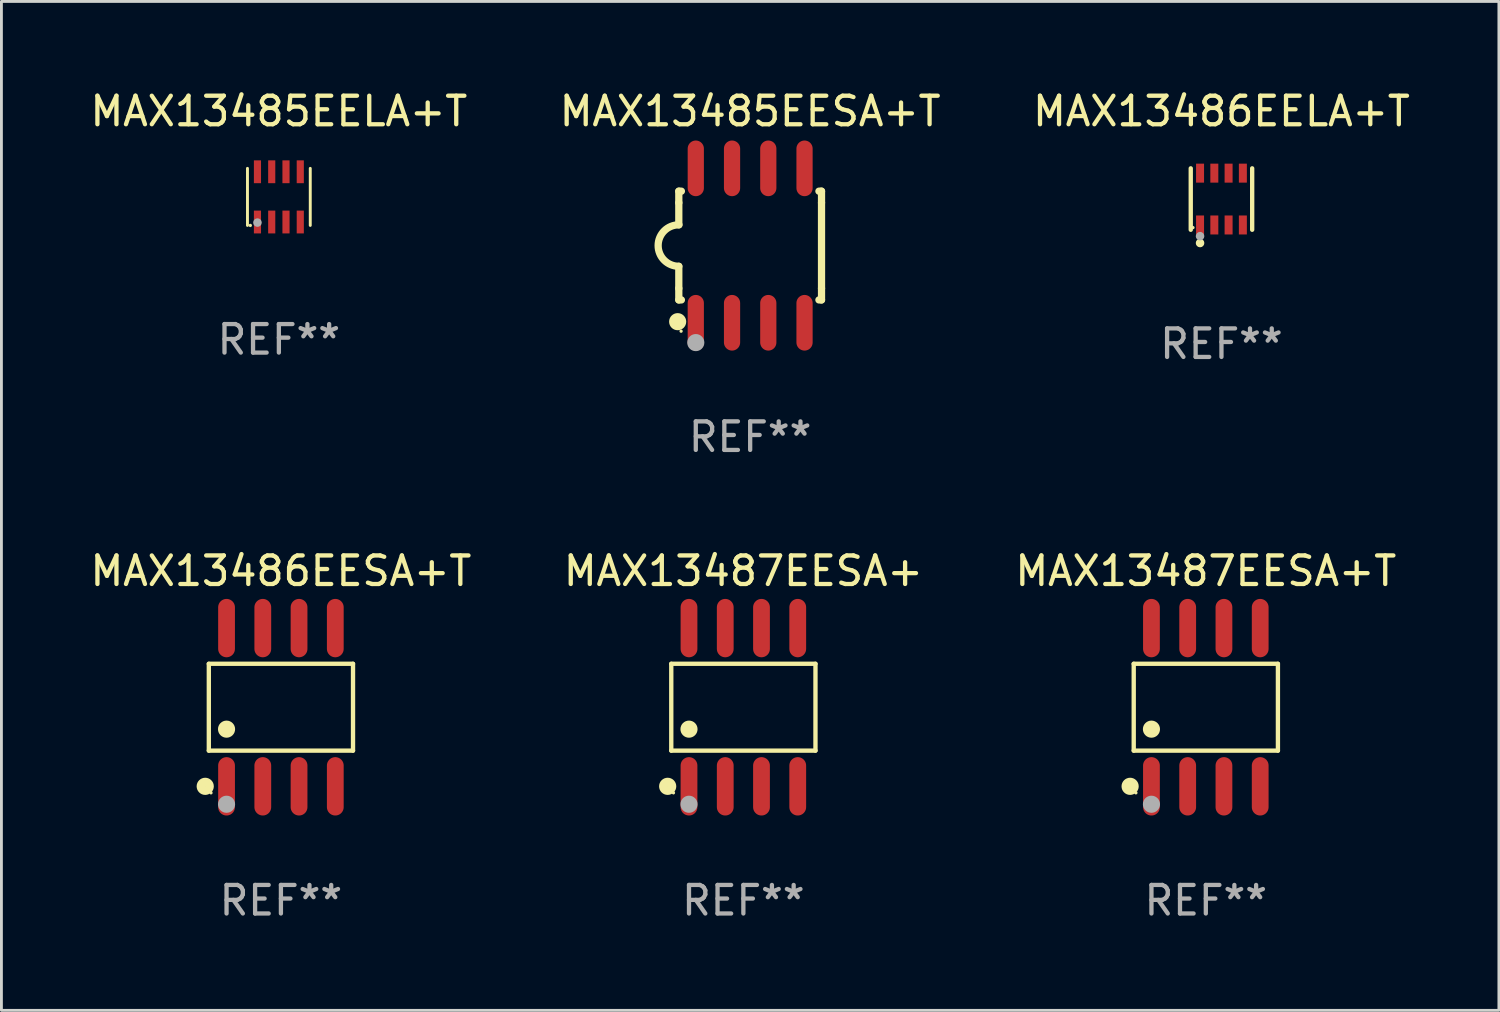
<source format=kicad_pcb>
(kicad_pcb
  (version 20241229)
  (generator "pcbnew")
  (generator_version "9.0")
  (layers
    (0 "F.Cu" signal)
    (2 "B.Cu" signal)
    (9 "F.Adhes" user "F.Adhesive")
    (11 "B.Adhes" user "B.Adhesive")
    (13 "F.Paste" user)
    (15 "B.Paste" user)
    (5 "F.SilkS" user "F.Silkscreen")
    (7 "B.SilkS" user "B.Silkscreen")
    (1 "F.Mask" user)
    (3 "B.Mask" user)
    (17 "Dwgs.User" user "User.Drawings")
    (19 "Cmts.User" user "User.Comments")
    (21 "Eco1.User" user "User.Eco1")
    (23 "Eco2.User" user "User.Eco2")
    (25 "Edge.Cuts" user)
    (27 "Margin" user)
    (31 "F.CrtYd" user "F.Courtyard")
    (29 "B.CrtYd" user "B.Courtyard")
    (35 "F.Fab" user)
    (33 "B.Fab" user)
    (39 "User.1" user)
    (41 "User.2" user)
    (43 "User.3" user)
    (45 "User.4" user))
  (footprint "MAX13487EESA+T"
    (layer "F.Cu")
    (at 39.196 21.727)
    (property "Reference" "MAX13487EESA+T" (at 0 -4.772 0) (layer "F.SilkS") (effects (font (size 1 1) (thickness 0.15))))
    (attr through_hole)
    (fp_line (start -2.526 -1.521) (end 2.526 -1.521) (stroke (width 0.152) (type solid)) (layer "F.SilkS"))
    (fp_line (start -2.526 1.521) (end -2.526 -1.521) (stroke (width 0.152) (type solid)) (layer "F.SilkS"))
    (fp_line (start 2.526 -1.521) (end 2.526 1.521) (stroke (width 0.152) (type solid)) (layer "F.SilkS"))
    (fp_line (start 2.526 1.521) (end -2.526 1.521) (stroke (width 0.152) (type solid)) (layer "F.SilkS"))
    (fp_circle (center -2.652 2.772) (end -2.501 2.772) (stroke (width 0.3) (type solid)) (fill no) (layer "F.SilkS"))
    (fp_circle (center -2.45 3) (end -2.42 3) (stroke (width 0.06) (type solid)) (fill no) (layer "F.SilkS"))
    (fp_circle (center -1.905 0.769) (end -1.755 0.769) (stroke (width 0.3) (type solid)) (fill no) (layer "F.SilkS"))
    (fp_circle (center -1.905 3.4) (end -1.755 3.4) (stroke (width 0.3) (type solid)) (fill no) (layer "F.Fab"))
    (fp_text user "REF**" (at 0 6.772 0) (layer "F.Fab") (effects (font (size 1 1) (thickness 0.15))))
    (pad "1" smd oval (at -1.905 2.772) (size 0.588 2.045) (layers "F.Cu" "F.Mask" "F.Paste"))
    (pad "2" smd oval (at -0.635 2.772) (size 0.588 2.045) (layers "F.Cu" "F.Mask" "F.Paste"))
    (pad "3" smd oval (at 0.635 2.772) (size 0.588 2.045) (layers "F.Cu" "F.Mask" "F.Paste"))
    (pad "4" smd oval (at 1.905 2.772) (size 0.588 2.045) (layers "F.Cu" "F.Mask" "F.Paste"))
    (pad "5" smd oval (at 1.905 -2.772) (size 0.588 2.045) (layers "F.Cu" "F.Mask" "F.Paste"))
    (pad "6" smd oval (at 0.635 -2.772) (size 0.588 2.045) (layers "F.Cu" "F.Mask" "F.Paste"))
    (pad "7" smd oval (at -0.635 -2.772) (size 0.588 2.045) (layers "F.Cu" "F.Mask" "F.Paste"))
    (pad "8" smd oval (at -1.905 -2.772) (size 0.588 2.045) (layers "F.Cu" "F.Mask" "F.Paste")))
  (footprint "MAX13485EESA+T"
    (layer "F.Cu")
    (at 23.232 5.553)
    (property "Reference" "MAX13485EESA+T" (at 0 -4.705 0) (layer "F.SilkS") (effects (font (size 1 1) (thickness 0.15))))
    (attr through_hole)
    (fp_line (start -2.5 -1.905) (end -2.409 -1.905) (stroke (width 0.254) (type solid)) (layer "F.SilkS"))
    (fp_line (start -2.5 -1.5) (end -2.5 -1.905) (stroke (width 0.254) (type solid)) (layer "F.SilkS"))
    (fp_line (start -2.5 -1.5) (end -2.5 -0.726) (stroke (width 0.254) (type solid)) (layer "F.SilkS"))
    (fp_line (start -2.5 1.5) (end -2.5 0.727) (stroke (width 0.254) (type solid)) (layer "F.SilkS"))
    (fp_line (start -2.5 1.5) (end -2.5 1.905) (stroke (width 0.254) (type solid)) (layer "F.SilkS"))
    (fp_line (start -2.5 1.905) (end -2.409 1.905) (stroke (width 0.254) (type solid)) (layer "F.SilkS"))
    (fp_line (start 2.5 -1.905) (end 2.409 -1.905) (stroke (width 0.254) (type solid)) (layer "F.SilkS"))
    (fp_line (start 2.5 -1.5) (end 2.5 -1.905) (stroke (width 0.254) (type solid)) (layer "F.SilkS"))
    (fp_line (start 2.5 -1.5) (end 2.5 1.5) (stroke (width 0.254) (type solid)) (layer "F.SilkS"))
    (fp_line (start 2.5 1.5) (end 2.5 1.905) (stroke (width 0.254) (type solid)) (layer "F.SilkS"))
    (fp_line (start 2.5 1.905) (end 2.409 1.905) (stroke (width 0.254) (type solid)) (layer "F.SilkS"))
    (fp_arc (start -2.5 0.726568) (mid -3.220316 -0.0023) (end -2.495097 -0.726289) (stroke (width 0.254001) (type solid)) (layer "F.SilkS"))
    (fp_circle (center -2.54 2.667) (end -2.39 2.667) (stroke (width 0.3) (type solid)) (fill no) (layer "F.SilkS"))
    (fp_circle (center -2.42 3) (end -2.39 3) (stroke (width 0.06) (type solid)) (fill no) (layer "F.SilkS"))
    (fp_circle (center -1.905 3.4) (end -1.755 3.4) (stroke (width 0.3) (type solid)) (fill no) (layer "F.Fab"))
    (fp_text user "REF**" (at 0 6.705 0) (layer "F.Fab") (effects (font (size 1 1) (thickness 0.15))))
    (pad "1" smd oval (at -1.905 2.705) (size 0.568 1.95) (layers "F.Cu" "F.Mask" "F.Paste"))
    (pad "2" smd oval (at -0.635 2.705) (size 0.568 1.95) (layers "F.Cu" "F.Mask" "F.Paste"))
    (pad "3" smd oval (at 0.635 2.705) (size 0.568 1.95) (layers "F.Cu" "F.Mask" "F.Paste"))
    (pad "4" smd oval (at 1.905 2.705) (size 0.568 1.95) (layers "F.Cu" "F.Mask" "F.Paste"))
    (pad "5" smd oval (at 1.905 -2.705) (size 0.568 1.95) (layers "F.Cu" "F.Mask" "F.Paste"))
    (pad "6" smd oval (at 0.635 -2.705) (size 0.568 1.95) (layers "F.Cu" "F.Mask" "F.Paste"))
    (pad "7" smd oval (at -0.635 -2.705) (size 0.568 1.95) (layers "F.Cu" "F.Mask" "F.Paste"))
    (pad "8" smd oval (at -1.905 -2.705) (size 0.568 1.95) (layers "F.Cu" "F.Mask" "F.Paste")))
  (footprint "MAX13486EELA+T"
    (layer "F.Cu")
    (at 39.744 3.924)
    (property "Reference" "MAX13486EELA+T" (at 0 -3.076 0) (layer "F.SilkS") (effects (font (size 1 1) (thickness 0.15))))
    (attr through_hole)
    (fp_line (start -1.076 1.076) (end -1.076 -1.076) (stroke (width 0.152) (type solid)) (layer "F.SilkS"))
    (fp_line (start 1.076 1.076) (end 1.076 -1.076) (stroke (width 0.152) (type solid)) (layer "F.SilkS"))
    (fp_circle (center -1 1) (end -0.97 1) (stroke (width 0.06) (type solid)) (fill no) (layer "F.SilkS"))
    (fp_circle (center -0.75 1.54) (end -0.675 1.54) (stroke (width 0.15) (type solid)) (fill no) (layer "F.SilkS"))
    (fp_circle (center -0.75 1.3) (end -0.675 1.3) (stroke (width 0.15) (type solid)) (fill no) (layer "F.Fab"))
    (fp_text user "REF**" (at 0 5.076 0) (layer "F.Fab") (effects (font (size 1 1) (thickness 0.15))))
    (pad "1" smd rect (at -0.75 0.908) (size 0.28 0.665) (layers "F.Cu" "F.Mask" "F.Paste"))
    (pad "2" smd rect (at -0.25 0.908) (size 0.28 0.665) (layers "F.Cu" "F.Mask" "F.Paste"))
    (pad "3" smd rect (at 0.25 0.908) (size 0.28 0.665) (layers "F.Cu" "F.Mask" "F.Paste"))
    (pad "4" smd rect (at 0.75 0.908) (size 0.28 0.665) (layers "F.Cu" "F.Mask" "F.Paste"))
    (pad "5" smd rect (at 0.75 -0.908) (size 0.28 0.665) (layers "F.Cu" "F.Mask" "F.Paste"))
    (pad "6" smd rect (at 0.25 -0.908) (size 0.28 0.665) (layers "F.Cu" "F.Mask" "F.Paste"))
    (pad "7" smd rect (at -0.25 -0.908) (size 0.28 0.665) (layers "F.Cu" "F.Mask" "F.Paste"))
    (pad "8" smd rect (at -0.75 -0.908) (size 0.28 0.665) (layers "F.Cu" "F.Mask" "F.Paste")))
  (footprint "MAX13487EESA+"
    (layer "F.Cu")
    (at 22.994 21.727)
    (property "Reference" "MAX13487EESA+" (at 0 -4.772 0) (layer "F.SilkS") (effects (font (size 1 1) (thickness 0.15))))
    (attr through_hole)
    (fp_line (start -2.526 -1.521) (end 2.526 -1.521) (stroke (width 0.152) (type solid)) (layer "F.SilkS"))
    (fp_line (start -2.526 1.521) (end -2.526 -1.521) (stroke (width 0.152) (type solid)) (layer "F.SilkS"))
    (fp_line (start 2.526 -1.521) (end 2.526 1.521) (stroke (width 0.152) (type solid)) (layer "F.SilkS"))
    (fp_line (start 2.526 1.521) (end -2.526 1.521) (stroke (width 0.152) (type solid)) (layer "F.SilkS"))
    (fp_circle (center -2.652 2.772) (end -2.501 2.772) (stroke (width 0.3) (type solid)) (fill no) (layer "F.SilkS"))
    (fp_circle (center -2.45 3) (end -2.42 3) (stroke (width 0.06) (type solid)) (fill no) (layer "F.SilkS"))
    (fp_circle (center -1.905 0.769) (end -1.755 0.769) (stroke (width 0.3) (type solid)) (fill no) (layer "F.SilkS"))
    (fp_circle (center -1.905 3.4) (end -1.755 3.4) (stroke (width 0.3) (type solid)) (fill no) (layer "F.Fab"))
    (fp_text user "REF**" (at 0 6.772 0) (layer "F.Fab") (effects (font (size 1 1) (thickness 0.15))))
    (pad "1" smd oval (at -1.905 2.772) (size 0.588 2.045) (layers "F.Cu" "F.Mask" "F.Paste"))
    (pad "2" smd oval (at -0.635 2.772) (size 0.588 2.045) (layers "F.Cu" "F.Mask" "F.Paste"))
    (pad "3" smd oval (at 0.635 2.772) (size 0.588 2.045) (layers "F.Cu" "F.Mask" "F.Paste"))
    (pad "4" smd oval (at 1.905 2.772) (size 0.588 2.045) (layers "F.Cu" "F.Mask" "F.Paste"))
    (pad "5" smd oval (at 1.905 -2.772) (size 0.588 2.045) (layers "F.Cu" "F.Mask" "F.Paste"))
    (pad "6" smd oval (at 0.635 -2.772) (size 0.588 2.045) (layers "F.Cu" "F.Mask" "F.Paste"))
    (pad "7" smd oval (at -0.635 -2.772) (size 0.588 2.045) (layers "F.Cu" "F.Mask" "F.Paste"))
    (pad "8" smd oval (at -1.905 -2.772) (size 0.588 2.045) (layers "F.Cu" "F.Mask" "F.Paste")))
  (footprint "MAX13486EESA+T"
    (layer "F.Cu")
    (at 6.792 21.727)
    (property "Reference" "MAX13486EESA+T" (at 0 -4.772 0) (layer "F.SilkS") (effects (font (size 1 1) (thickness 0.15))))
    (attr through_hole)
    (fp_line (start -2.526 -1.521) (end 2.526 -1.521) (stroke (width 0.152) (type solid)) (layer "F.SilkS"))
    (fp_line (start -2.526 1.521) (end -2.526 -1.521) (stroke (width 0.152) (type solid)) (layer "F.SilkS"))
    (fp_line (start 2.526 -1.521) (end 2.526 1.521) (stroke (width 0.152) (type solid)) (layer "F.SilkS"))
    (fp_line (start 2.526 1.521) (end -2.526 1.521) (stroke (width 0.152) (type solid)) (layer "F.SilkS"))
    (fp_circle (center -2.652 2.772) (end -2.501 2.772) (stroke (width 0.3) (type solid)) (fill no) (layer "F.SilkS"))
    (fp_circle (center -2.45 3) (end -2.42 3) (stroke (width 0.06) (type solid)) (fill no) (layer "F.SilkS"))
    (fp_circle (center -1.905 0.769) (end -1.755 0.769) (stroke (width 0.3) (type solid)) (fill no) (layer "F.SilkS"))
    (fp_circle (center -1.905 3.4) (end -1.755 3.4) (stroke (width 0.3) (type solid)) (fill no) (layer "F.Fab"))
    (fp_text user "REF**" (at 0 6.772 0) (layer "F.Fab") (effects (font (size 1 1) (thickness 0.15))))
    (pad "1" smd oval (at -1.905 2.772) (size 0.588 2.045) (layers "F.Cu" "F.Mask" "F.Paste"))
    (pad "2" smd oval (at -0.635 2.772) (size 0.588 2.045) (layers "F.Cu" "F.Mask" "F.Paste"))
    (pad "3" smd oval (at 0.635 2.772) (size 0.588 2.045) (layers "F.Cu" "F.Mask" "F.Paste"))
    (pad "4" smd oval (at 1.905 2.772) (size 0.588 2.045) (layers "F.Cu" "F.Mask" "F.Paste"))
    (pad "5" smd oval (at 1.905 -2.772) (size 0.588 2.045) (layers "F.Cu" "F.Mask" "F.Paste"))
    (pad "6" smd oval (at 0.635 -2.772) (size 0.588 2.045) (layers "F.Cu" "F.Mask" "F.Paste"))
    (pad "7" smd oval (at -0.635 -2.772) (size 0.588 2.045) (layers "F.Cu" "F.Mask" "F.Paste"))
    (pad "8" smd oval (at -1.905 -2.772) (size 0.588 2.045) (layers "F.Cu" "F.Mask" "F.Paste")))
  (footprint "MAX13485EELA+T"
    (layer "F.Cu")
    (at 6.72 3.848)
    (property "Reference" "MAX13485EELA+T" (at 0 -3 0) (layer "F.SilkS") (effects (font (size 1 1) (thickness 0.15))))
    (attr through_hole)
    (fp_line (start -1.1 1) (end -1.1 -1) (stroke (width 0.102) (type solid)) (layer "F.SilkS"))
    (fp_line (start 1.1 1) (end 1.1 -1) (stroke (width 0.102) (type solid)) (layer "F.SilkS"))
    (fp_circle (center -1 1) (end -0.97 1) (stroke (width 0.06) (type solid)) (fill no) (layer "F.SilkS"))
    (fp_circle (center -0.75 0.9) (end -0.675 0.9) (stroke (width 0.15) (type solid)) (fill no) (layer "F.Fab"))
    (fp_text user "REF**" (at 0 5 0) (layer "F.Fab") (effects (font (size 1 1) (thickness 0.15))))
    (pad "1" smd rect (at -0.75 0.88) (size 0.25 0.8) (layers "F.Cu" "F.Mask" "F.Paste"))
    (pad "2" smd rect (at -0.25 0.88) (size 0.25 0.8) (layers "F.Cu" "F.Mask" "F.Paste"))
    (pad "3" smd rect (at 0.25 0.88) (size 0.25 0.8) (layers "F.Cu" "F.Mask" "F.Paste"))
    (pad "4" smd rect (at 0.75 0.88) (size 0.25 0.8) (layers "F.Cu" "F.Mask" "F.Paste"))
    (pad "5" smd rect (at 0.75 -0.88) (size 0.25 0.8) (layers "F.Cu" "F.Mask" "F.Paste"))
    (pad "6" smd rect (at 0.25 -0.88) (size 0.25 0.8) (layers "F.Cu" "F.Mask" "F.Paste"))
    (pad "7" smd rect (at -0.25 -0.88) (size 0.25 0.8) (layers "F.Cu" "F.Mask" "F.Paste"))
    (pad "8" smd rect (at -0.75 -0.88) (size 0.25 0.8) (layers "F.Cu" "F.Mask" "F.Paste")))
  (gr_rect
    (start -3 -3)
    (end 49.464 32.348)
    (stroke (width 0.1) (type default))
    (fill no)
    (layer "Edge.Cuts")))
</source>
